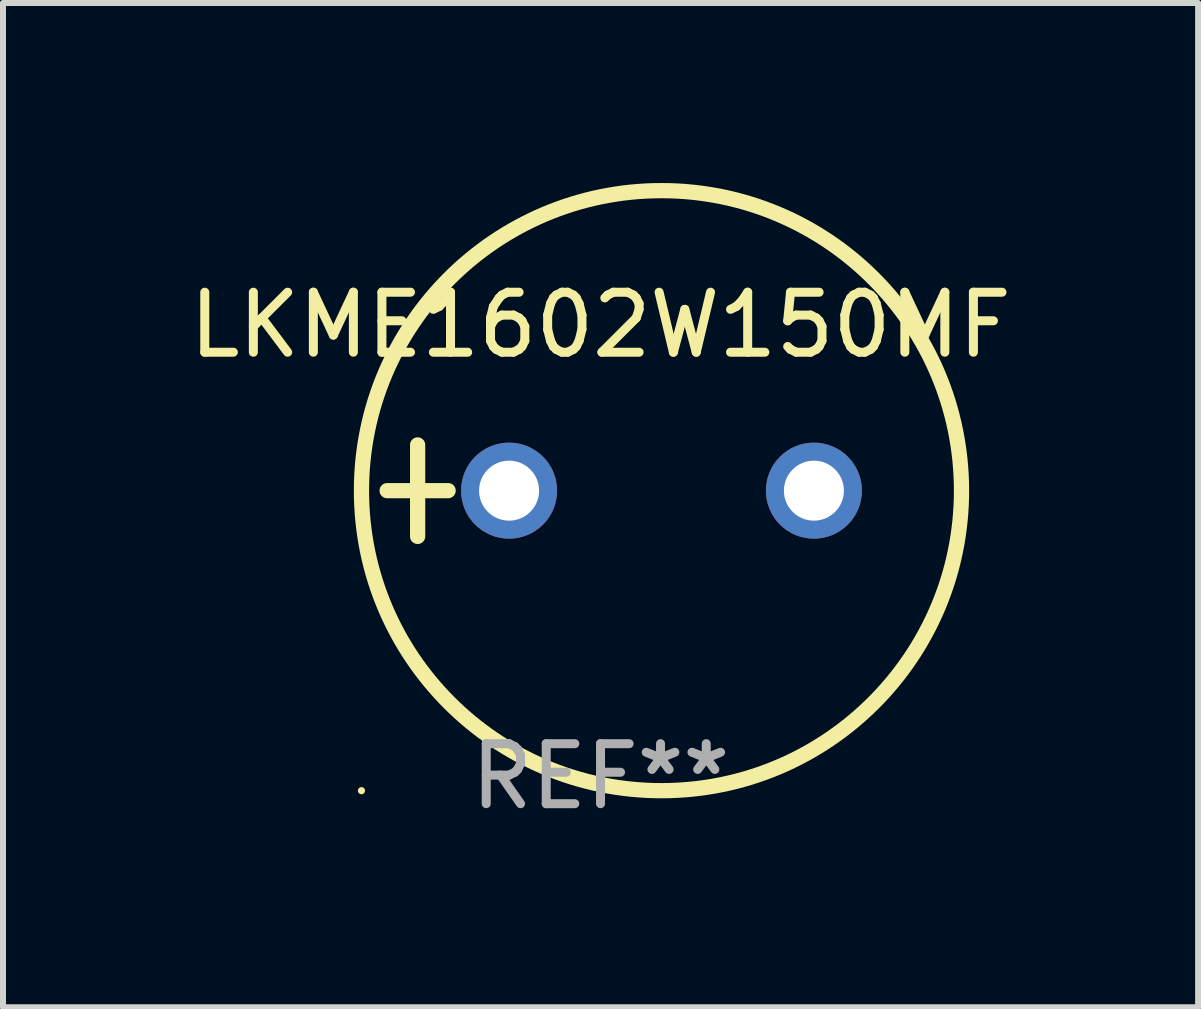
<source format=kicad_pcb>
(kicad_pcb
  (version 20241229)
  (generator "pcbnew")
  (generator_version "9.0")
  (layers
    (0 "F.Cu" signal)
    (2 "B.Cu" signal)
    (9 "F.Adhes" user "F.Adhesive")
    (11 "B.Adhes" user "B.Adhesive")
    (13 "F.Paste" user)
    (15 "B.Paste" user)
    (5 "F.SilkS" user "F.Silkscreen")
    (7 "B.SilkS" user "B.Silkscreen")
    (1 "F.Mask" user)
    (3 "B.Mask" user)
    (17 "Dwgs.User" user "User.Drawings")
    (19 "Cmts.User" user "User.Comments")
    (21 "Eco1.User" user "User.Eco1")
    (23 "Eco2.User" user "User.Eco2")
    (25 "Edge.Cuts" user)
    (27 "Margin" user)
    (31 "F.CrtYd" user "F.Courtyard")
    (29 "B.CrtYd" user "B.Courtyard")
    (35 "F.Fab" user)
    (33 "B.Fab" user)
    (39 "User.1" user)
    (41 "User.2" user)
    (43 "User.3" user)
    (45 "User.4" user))
  (footprint "LKME1602W150MF"
    (layer "F.Cu")
    (at 6.958 5.127)
    (property "Reference" "LKME1602W150MF" (at 0 -2.762 0) (layer "F.SilkS") (effects (font (size 1 1) (thickness 0.15))))
    (attr through_hole)
    (fp_line (start -3.556 0) (end -2.54 0) (stroke (width 0.254) (type solid)) (layer "F.SilkS"))
    (fp_line (start -3.048 -0.762) (end -3.048 0.762) (stroke (width 0.254) (type solid)) (layer "F.SilkS"))
    (fp_circle (center -3.984 5) (end -3.954 5) (stroke (width 0.06) (type solid)) (fill no) (layer "F.SilkS"))
    (fp_circle (center 1.016 0) (end 6.016 0) (stroke (width 0.254) (type solid)) (fill no) (layer "F.SilkS"))
    (fp_text user "REF**" (at 0 4.762 0) (layer "F.Fab") (effects (font (size 1 1) (thickness 0.15))))
    (pad "1" thru_hole circle (at -1.524 0) (size 1.6 1.6) (drill 1) (layers "*.Cu" "*.Mask"))
    (pad "2" thru_hole circle (at 3.556 0) (size 1.6 1.6) (drill 1) (layers "*.Cu" "*.Mask")))
  (gr_rect
    (start -3 -3)
    (end 16.917 13.737)
    (stroke (width 0.1) (type default))
    (fill no)
    (layer "Edge.Cuts")))
</source>
